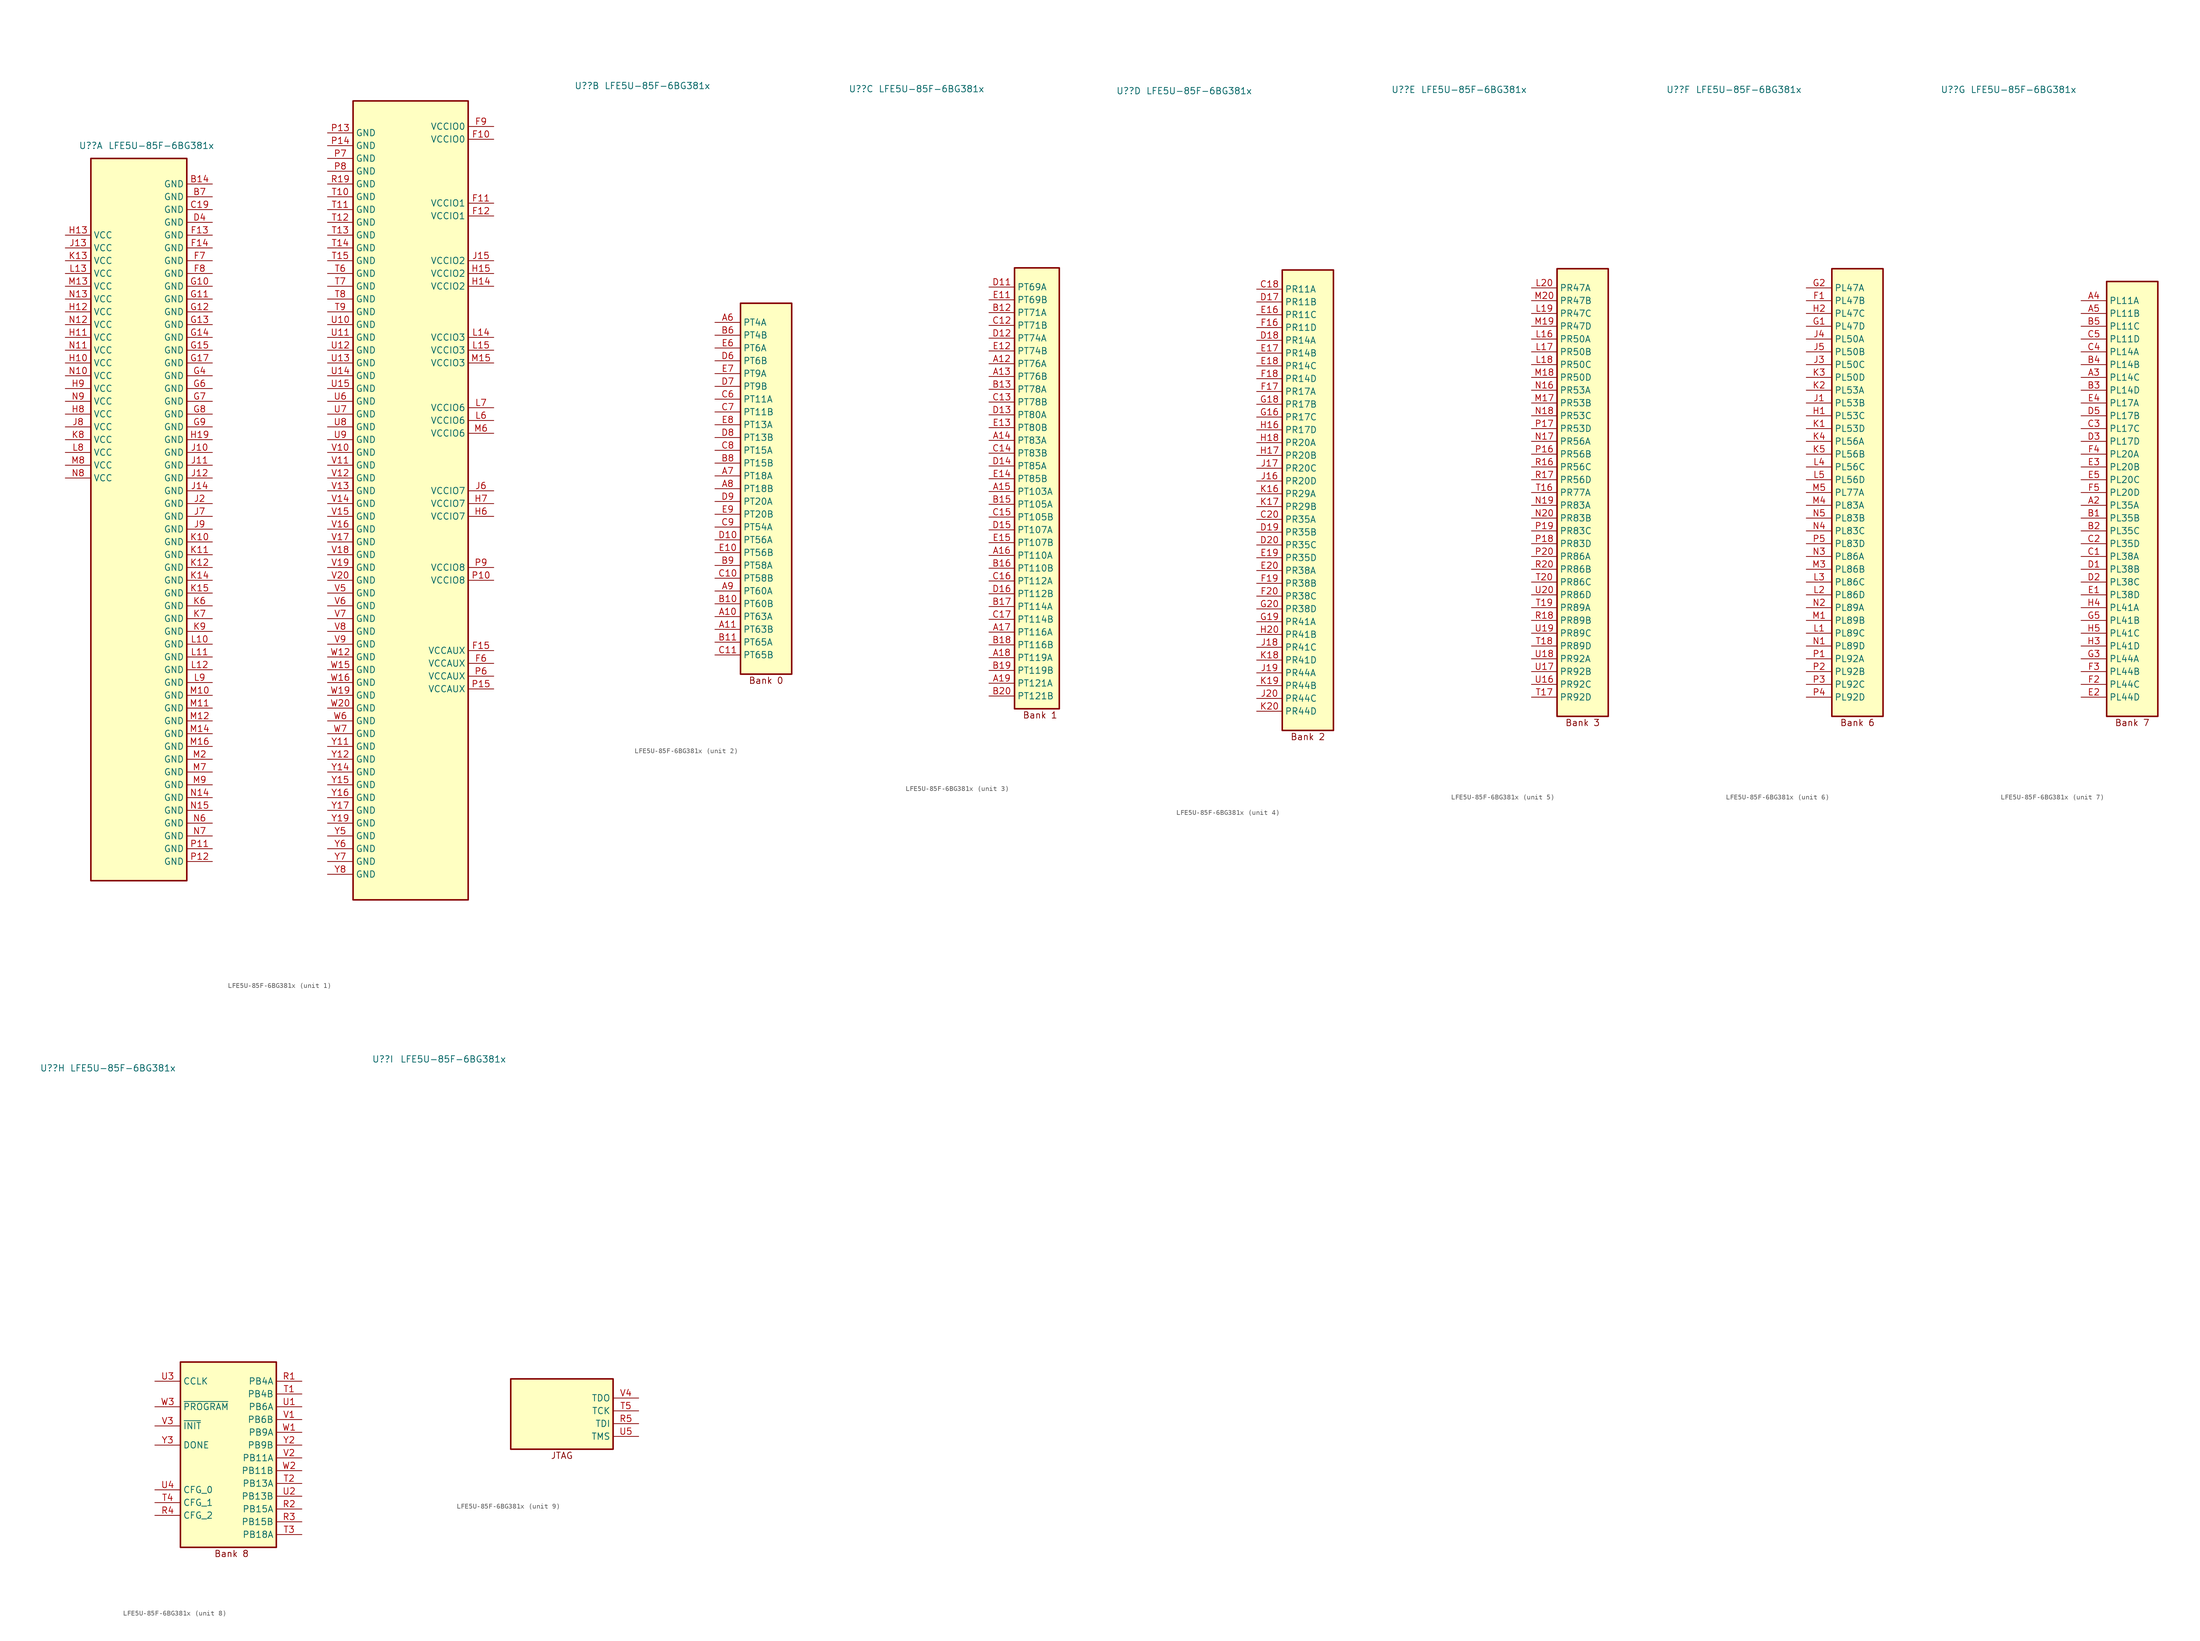
<source format=kicad_sym>
(kicad_symbol_lib
  (version 20220914)
  (generator kicad_symbol_editor)
  (symbol "LFE5U-85F-6BG381x"
    (property "Reference" "U?"
      (at -35.56 77.47 0)
      (effects (font (size 1.27 1.27))))
    (property "Value" "LFE5U-85F-6BG381x"
      (at -21.59 77.47 0)
      (effects (font (size 1.27 1.27))))
    (property "ki_locked" ""
      (at 0 0 0)
      (effects (font (size 1.27 1.27))))
    (symbol "LFE5U-85F-6BG381x_1_1"
      (rectangle (start -35.56 74.93) (end -16.51 -68.58) (stroke (width 0.305) (type default)) (fill (type background)))
      (rectangle (start 16.51 86.36) (end 39.37 -72.39) (stroke (width 0.305) (type default)) (fill (type background)))
      (pin power_in line (at -11.43 69.85 180) (length 5.08) (name "GND" (effects (font (size 1.27 1.27)))) (number "B14" (effects (font (size 1.27 1.27)))))
      (pin power_in line (at -11.43 67.31 180) (length 5.08) (name "GND" (effects (font (size 1.27 1.27)))) (number "B7" (effects (font (size 1.27 1.27)))))
      (pin power_in line (at -11.43 64.77 180) (length 5.08) (name "GND" (effects (font (size 1.27 1.27)))) (number "C19" (effects (font (size 1.27 1.27)))))
      (pin power_in line (at -11.43 62.23 180) (length 5.08) (name "GND" (effects (font (size 1.27 1.27)))) (number "D4" (effects (font (size 1.27 1.27)))))
      (pin power_in line (at 44.45 78.74 180) (length 5.08) (name "VCCIO0" (effects (font (size 1.27 1.27)))) (number "F10" (effects (font (size 1.27 1.27)))))
      (pin power_in line (at 44.45 66.04 180) (length 5.08) (name "VCCIO1" (effects (font (size 1.27 1.27)))) (number "F11" (effects (font (size 1.27 1.27)))))
      (pin power_in line (at 44.45 63.5 180) (length 5.08) (name "VCCIO1" (effects (font (size 1.27 1.27)))) (number "F12" (effects (font (size 1.27 1.27)))))
      (pin power_in line (at -11.43 59.69 180) (length 5.08) (name "GND" (effects (font (size 1.27 1.27)))) (number "F13" (effects (font (size 1.27 1.27)))))
      (pin power_in line (at -11.43 57.15 180) (length 5.08) (name "GND" (effects (font (size 1.27 1.27)))) (number "F14" (effects (font (size 1.27 1.27)))))
      (pin power_in line (at 44.45 -22.86 180) (length 5.08) (name "VCCAUX" (effects (font (size 1.27 1.27)))) (number "F15" (effects (font (size 1.27 1.27)))))
      (pin power_in line (at 44.45 -25.4 180) (length 5.08) (name "VCCAUX" (effects (font (size 1.27 1.27)))) (number "F6" (effects (font (size 1.27 1.27)))))
      (pin power_in line (at -11.43 54.61 180) (length 5.08) (name "GND" (effects (font (size 1.27 1.27)))) (number "F7" (effects (font (size 1.27 1.27)))))
      (pin power_in line (at -11.43 52.07 180) (length 5.08) (name "GND" (effects (font (size 1.27 1.27)))) (number "F8" (effects (font (size 1.27 1.27)))))
      (pin power_in line (at 44.45 81.28 180) (length 5.08) (name "VCCIO0" (effects (font (size 1.27 1.27)))) (number "F9" (effects (font (size 1.27 1.27)))))
      (pin power_in line (at -11.43 49.53 180) (length 5.08) (name "GND" (effects (font (size 1.27 1.27)))) (number "G10" (effects (font (size 1.27 1.27)))))
      (pin power_in line (at -11.43 46.99 180) (length 5.08) (name "GND" (effects (font (size 1.27 1.27)))) (number "G11" (effects (font (size 1.27 1.27)))))
      (pin power_in line (at -11.43 44.45 180) (length 5.08) (name "GND" (effects (font (size 1.27 1.27)))) (number "G12" (effects (font (size 1.27 1.27)))))
      (pin power_in line (at -11.43 41.91 180) (length 5.08) (name "GND" (effects (font (size 1.27 1.27)))) (number "G13" (effects (font (size 1.27 1.27)))))
      (pin power_in line (at -11.43 39.37 180) (length 5.08) (name "GND" (effects (font (size 1.27 1.27)))) (number "G14" (effects (font (size 1.27 1.27)))))
      (pin power_in line (at -11.43 36.83 180) (length 5.08) (name "GND" (effects (font (size 1.27 1.27)))) (number "G15" (effects (font (size 1.27 1.27)))))
      (pin power_in line (at -11.43 34.29 180) (length 5.08) (name "GND" (effects (font (size 1.27 1.27)))) (number "G17" (effects (font (size 1.27 1.27)))))
      (pin power_in line (at -11.43 31.75 180) (length 5.08) (name "GND" (effects (font (size 1.27 1.27)))) (number "G4" (effects (font (size 1.27 1.27)))))
      (pin power_in line (at -11.43 29.21 180) (length 5.08) (name "GND" (effects (font (size 1.27 1.27)))) (number "G6" (effects (font (size 1.27 1.27)))))
      (pin power_in line (at -11.43 26.67 180) (length 5.08) (name "GND" (effects (font (size 1.27 1.27)))) (number "G7" (effects (font (size 1.27 1.27)))))
      (pin power_in line (at -11.43 24.13 180) (length 5.08) (name "GND" (effects (font (size 1.27 1.27)))) (number "G8" (effects (font (size 1.27 1.27)))))
      (pin power_in line (at -11.43 21.59 180) (length 5.08) (name "GND" (effects (font (size 1.27 1.27)))) (number "G9" (effects (font (size 1.27 1.27)))))
      (pin power_in line (at -40.64 34.29 0) (length 5.08) (name "VCC" (effects (font (size 1.27 1.27)))) (number "H10" (effects (font (size 1.27 1.27)))))
      (pin power_in line (at -40.64 39.37 0) (length 5.08) (name "VCC" (effects (font (size 1.27 1.27)))) (number "H11" (effects (font (size 1.27 1.27)))))
      (pin power_in line (at -40.64 44.45 0) (length 5.08) (name "VCC" (effects (font (size 1.27 1.27)))) (number "H12" (effects (font (size 1.27 1.27)))))
      (pin power_in line (at -40.64 59.69 0) (length 5.08) (name "VCC" (effects (font (size 1.27 1.27)))) (number "H13" (effects (font (size 1.27 1.27)))))
      (pin power_in line (at 44.45 49.53 180) (length 5.08) (name "VCCIO2" (effects (font (size 1.27 1.27)))) (number "H14" (effects (font (size 1.27 1.27)))))
      (pin power_in line (at 44.45 52.07 180) (length 5.08) (name "VCCIO2" (effects (font (size 1.27 1.27)))) (number "H15" (effects (font (size 1.27 1.27)))))
      (pin power_in line (at -11.43 19.05 180) (length 5.08) (name "GND" (effects (font (size 1.27 1.27)))) (number "H19" (effects (font (size 1.27 1.27)))))
      (pin power_in line (at 44.45 3.81 180) (length 5.08) (name "VCCIO7" (effects (font (size 1.27 1.27)))) (number "H6" (effects (font (size 1.27 1.27)))))
      (pin power_in line (at 44.45 6.35 180) (length 5.08) (name "VCCIO7" (effects (font (size 1.27 1.27)))) (number "H7" (effects (font (size 1.27 1.27)))))
      (pin power_in line (at -40.64 24.13 0) (length 5.08) (name "VCC" (effects (font (size 1.27 1.27)))) (number "H8" (effects (font (size 1.27 1.27)))))
      (pin power_in line (at -40.64 29.21 0) (length 5.08) (name "VCC" (effects (font (size 1.27 1.27)))) (number "H9" (effects (font (size 1.27 1.27)))))
      (pin power_in line (at -11.43 16.51 180) (length 5.08) (name "GND" (effects (font (size 1.27 1.27)))) (number "J10" (effects (font (size 1.27 1.27)))))
      (pin power_in line (at -11.43 13.97 180) (length 5.08) (name "GND" (effects (font (size 1.27 1.27)))) (number "J11" (effects (font (size 1.27 1.27)))))
      (pin power_in line (at -11.43 11.43 180) (length 5.08) (name "GND" (effects (font (size 1.27 1.27)))) (number "J12" (effects (font (size 1.27 1.27)))))
      (pin power_in line (at -40.64 57.15 0) (length 5.08) (name "VCC" (effects (font (size 1.27 1.27)))) (number "J13" (effects (font (size 1.27 1.27)))))
      (pin power_in line (at -11.43 8.89 180) (length 5.08) (name "GND" (effects (font (size 1.27 1.27)))) (number "J14" (effects (font (size 1.27 1.27)))))
      (pin power_in line (at 44.45 54.61 180) (length 5.08) (name "VCCIO2" (effects (font (size 1.27 1.27)))) (number "J15" (effects (font (size 1.27 1.27)))))
      (pin power_in line (at -11.43 6.35 180) (length 5.08) (name "GND" (effects (font (size 1.27 1.27)))) (number "J2" (effects (font (size 1.27 1.27)))))
      (pin power_in line (at 44.45 8.89 180) (length 5.08) (name "VCCIO7" (effects (font (size 1.27 1.27)))) (number "J6" (effects (font (size 1.27 1.27)))))
      (pin power_in line (at -11.43 3.81 180) (length 5.08) (name "GND" (effects (font (size 1.27 1.27)))) (number "J7" (effects (font (size 1.27 1.27)))))
      (pin power_in line (at -40.64 21.59 0) (length 5.08) (name "VCC" (effects (font (size 1.27 1.27)))) (number "J8" (effects (font (size 1.27 1.27)))))
      (pin power_in line (at -11.43 1.27 180) (length 5.08) (name "GND" (effects (font (size 1.27 1.27)))) (number "J9" (effects (font (size 1.27 1.27)))))
      (pin power_in line (at -11.43 -1.27 180) (length 5.08) (name "GND" (effects (font (size 1.27 1.27)))) (number "K10" (effects (font (size 1.27 1.27)))))
      (pin power_in line (at -11.43 -3.81 180) (length 5.08) (name "GND" (effects (font (size 1.27 1.27)))) (number "K11" (effects (font (size 1.27 1.27)))))
      (pin power_in line (at -11.43 -6.35 180) (length 5.08) (name "GND" (effects (font (size 1.27 1.27)))) (number "K12" (effects (font (size 1.27 1.27)))))
      (pin power_in line (at -40.64 54.61 0) (length 5.08) (name "VCC" (effects (font (size 1.27 1.27)))) (number "K13" (effects (font (size 1.27 1.27)))))
      (pin power_in line (at -11.43 -8.89 180) (length 5.08) (name "GND" (effects (font (size 1.27 1.27)))) (number "K14" (effects (font (size 1.27 1.27)))))
      (pin power_in line (at -11.43 -11.43 180) (length 5.08) (name "GND" (effects (font (size 1.27 1.27)))) (number "K15" (effects (font (size 1.27 1.27)))))
      (pin power_in line (at -11.43 -13.97 180) (length 5.08) (name "GND" (effects (font (size 1.27 1.27)))) (number "K6" (effects (font (size 1.27 1.27)))))
      (pin power_in line (at -11.43 -16.51 180) (length 5.08) (name "GND" (effects (font (size 1.27 1.27)))) (number "K7" (effects (font (size 1.27 1.27)))))
      (pin power_in line (at -40.64 19.05 0) (length 5.08) (name "VCC" (effects (font (size 1.27 1.27)))) (number "K8" (effects (font (size 1.27 1.27)))))
      (pin power_in line (at -11.43 -19.05 180) (length 5.08) (name "GND" (effects (font (size 1.27 1.27)))) (number "K9" (effects (font (size 1.27 1.27)))))
      (pin power_in line (at -11.43 -21.59 180) (length 5.08) (name "GND" (effects (font (size 1.27 1.27)))) (number "L10" (effects (font (size 1.27 1.27)))))
      (pin power_in line (at -11.43 -24.13 180) (length 5.08) (name "GND" (effects (font (size 1.27 1.27)))) (number "L11" (effects (font (size 1.27 1.27)))))
      (pin power_in line (at -11.43 -26.67 180) (length 5.08) (name "GND" (effects (font (size 1.27 1.27)))) (number "L12" (effects (font (size 1.27 1.27)))))
      (pin power_in line (at -40.64 52.07 0) (length 5.08) (name "VCC" (effects (font (size 1.27 1.27)))) (number "L13" (effects (font (size 1.27 1.27)))))
      (pin power_in line (at 44.45 39.37 180) (length 5.08) (name "VCCIO3" (effects (font (size 1.27 1.27)))) (number "L14" (effects (font (size 1.27 1.27)))))
      (pin power_in line (at 44.45 36.83 180) (length 5.08) (name "VCCIO3" (effects (font (size 1.27 1.27)))) (number "L15" (effects (font (size 1.27 1.27)))))
      (pin power_in line (at 44.45 22.86 180) (length 5.08) (name "VCCIO6" (effects (font (size 1.27 1.27)))) (number "L6" (effects (font (size 1.27 1.27)))))
      (pin power_in line (at 44.45 25.4 180) (length 5.08) (name "VCCIO6" (effects (font (size 1.27 1.27)))) (number "L7" (effects (font (size 1.27 1.27)))))
      (pin power_in line (at -40.64 16.51 0) (length 5.08) (name "VCC" (effects (font (size 1.27 1.27)))) (number "L8" (effects (font (size 1.27 1.27)))))
      (pin power_in line (at -11.43 -29.21 180) (length 5.08) (name "GND" (effects (font (size 1.27 1.27)))) (number "L9" (effects (font (size 1.27 1.27)))))
      (pin power_in line (at -11.43 -31.75 180) (length 5.08) (name "GND" (effects (font (size 1.27 1.27)))) (number "M10" (effects (font (size 1.27 1.27)))))
      (pin power_in line (at -11.43 -34.29 180) (length 5.08) (name "GND" (effects (font (size 1.27 1.27)))) (number "M11" (effects (font (size 1.27 1.27)))))
      (pin power_in line (at -11.43 -36.83 180) (length 5.08) (name "GND" (effects (font (size 1.27 1.27)))) (number "M12" (effects (font (size 1.27 1.27)))))
      (pin power_in line (at -40.64 49.53 0) (length 5.08) (name "VCC" (effects (font (size 1.27 1.27)))) (number "M13" (effects (font (size 1.27 1.27)))))
      (pin power_in line (at -11.43 -39.37 180) (length 5.08) (name "GND" (effects (font (size 1.27 1.27)))) (number "M14" (effects (font (size 1.27 1.27)))))
      (pin power_in line (at 44.45 34.29 180) (length 5.08) (name "VCCIO3" (effects (font (size 1.27 1.27)))) (number "M15" (effects (font (size 1.27 1.27)))))
      (pin power_in line (at -11.43 -41.91 180) (length 5.08) (name "GND" (effects (font (size 1.27 1.27)))) (number "M16" (effects (font (size 1.27 1.27)))))
      (pin power_in line (at -11.43 -44.45 180) (length 5.08) (name "GND" (effects (font (size 1.27 1.27)))) (number "M2" (effects (font (size 1.27 1.27)))))
      (pin power_in line (at 44.45 20.32 180) (length 5.08) (name "VCCIO6" (effects (font (size 1.27 1.27)))) (number "M6" (effects (font (size 1.27 1.27)))))
      (pin power_in line (at -11.43 -46.99 180) (length 5.08) (name "GND" (effects (font (size 1.27 1.27)))) (number "M7" (effects (font (size 1.27 1.27)))))
      (pin power_in line (at -40.64 13.97 0) (length 5.08) (name "VCC" (effects (font (size 1.27 1.27)))) (number "M8" (effects (font (size 1.27 1.27)))))
      (pin power_in line (at -11.43 -49.53 180) (length 5.08) (name "GND" (effects (font (size 1.27 1.27)))) (number "M9" (effects (font (size 1.27 1.27)))))
      (pin power_in line (at -40.64 31.75 0) (length 5.08) (name "VCC" (effects (font (size 1.27 1.27)))) (number "N10" (effects (font (size 1.27 1.27)))))
      (pin power_in line (at -40.64 36.83 0) (length 5.08) (name "VCC" (effects (font (size 1.27 1.27)))) (number "N11" (effects (font (size 1.27 1.27)))))
      (pin power_in line (at -40.64 41.91 0) (length 5.08) (name "VCC" (effects (font (size 1.27 1.27)))) (number "N12" (effects (font (size 1.27 1.27)))))
      (pin power_in line (at -40.64 46.99 0) (length 5.08) (name "VCC" (effects (font (size 1.27 1.27)))) (number "N13" (effects (font (size 1.27 1.27)))))
      (pin power_in line (at -11.43 -52.07 180) (length 5.08) (name "GND" (effects (font (size 1.27 1.27)))) (number "N14" (effects (font (size 1.27 1.27)))))
      (pin power_in line (at -11.43 -54.61 180) (length 5.08) (name "GND" (effects (font (size 1.27 1.27)))) (number "N15" (effects (font (size 1.27 1.27)))))
      (pin power_in line (at -11.43 -57.15 180) (length 5.08) (name "GND" (effects (font (size 1.27 1.27)))) (number "N6" (effects (font (size 1.27 1.27)))))
      (pin power_in line (at -11.43 -59.69 180) (length 5.08) (name "GND" (effects (font (size 1.27 1.27)))) (number "N7" (effects (font (size 1.27 1.27)))))
      (pin power_in line (at -40.64 11.43 0) (length 5.08) (name "VCC" (effects (font (size 1.27 1.27)))) (number "N8" (effects (font (size 1.27 1.27)))))
      (pin power_in line (at -40.64 26.67 0) (length 5.08) (name "VCC" (effects (font (size 1.27 1.27)))) (number "N9" (effects (font (size 1.27 1.27)))))
      (pin power_in line (at 44.45 -8.89 180) (length 5.08) (name "VCCIO8" (effects (font (size 1.27 1.27)))) (number "P10" (effects (font (size 1.27 1.27)))))
      (pin power_in line (at -11.43 -62.23 180) (length 5.08) (name "GND" (effects (font (size 1.27 1.27)))) (number "P11" (effects (font (size 1.27 1.27)))))
      (pin power_in line (at -11.43 -64.77 180) (length 5.08) (name "GND" (effects (font (size 1.27 1.27)))) (number "P12" (effects (font (size 1.27 1.27)))))
      (pin power_in line (at 11.43 80.01 0) (length 5.08) (name "GND" (effects (font (size 1.27 1.27)))) (number "P13" (effects (font (size 1.27 1.27)))))
      (pin power_in line (at 11.43 77.47 0) (length 5.08) (name "GND" (effects (font (size 1.27 1.27)))) (number "P14" (effects (font (size 1.27 1.27)))))
      (pin power_in line (at 44.45 -30.48 180) (length 5.08) (name "VCCAUX" (effects (font (size 1.27 1.27)))) (number "P15" (effects (font (size 1.27 1.27)))))
      (pin power_in line (at 44.45 -27.94 180) (length 5.08) (name "VCCAUX" (effects (font (size 1.27 1.27)))) (number "P6" (effects (font (size 1.27 1.27)))))
      (pin power_in line (at 11.43 74.93 0) (length 5.08) (name "GND" (effects (font (size 1.27 1.27)))) (number "P7" (effects (font (size 1.27 1.27)))))
      (pin power_in line (at 11.43 72.39 0) (length 5.08) (name "GND" (effects (font (size 1.27 1.27)))) (number "P8" (effects (font (size 1.27 1.27)))))
      (pin power_in line (at 44.45 -6.35 180) (length 5.08) (name "VCCIO8" (effects (font (size 1.27 1.27)))) (number "P9" (effects (font (size 1.27 1.27)))))
      (pin power_in line (at 11.43 69.85 0) (length 5.08) (name "GND" (effects (font (size 1.27 1.27)))) (number "R19" (effects (font (size 1.27 1.27)))))
      (pin power_in line (at 11.43 67.31 0) (length 5.08) (name "GND" (effects (font (size 1.27 1.27)))) (number "T10" (effects (font (size 1.27 1.27)))))
      (pin power_in line (at 11.43 64.77 0) (length 5.08) (name "GND" (effects (font (size 1.27 1.27)))) (number "T11" (effects (font (size 1.27 1.27)))))
      (pin power_in line (at 11.43 62.23 0) (length 5.08) (name "GND" (effects (font (size 1.27 1.27)))) (number "T12" (effects (font (size 1.27 1.27)))))
      (pin power_in line (at 11.43 59.69 0) (length 5.08) (name "GND" (effects (font (size 1.27 1.27)))) (number "T13" (effects (font (size 1.27 1.27)))))
      (pin power_in line (at 11.43 57.15 0) (length 5.08) (name "GND" (effects (font (size 1.27 1.27)))) (number "T14" (effects (font (size 1.27 1.27)))))
      (pin power_in line (at 11.43 54.61 0) (length 5.08) (name "GND" (effects (font (size 1.27 1.27)))) (number "T15" (effects (font (size 1.27 1.27)))))
      (pin power_in line (at 11.43 52.07 0) (length 5.08) (name "GND" (effects (font (size 1.27 1.27)))) (number "T6" (effects (font (size 1.27 1.27)))))
      (pin power_in line (at 11.43 49.53 0) (length 5.08) (name "GND" (effects (font (size 1.27 1.27)))) (number "T7" (effects (font (size 1.27 1.27)))))
      (pin power_in line (at 11.43 46.99 0) (length 5.08) (name "GND" (effects (font (size 1.27 1.27)))) (number "T8" (effects (font (size 1.27 1.27)))))
      (pin power_in line (at 11.43 44.45 0) (length 5.08) (name "GND" (effects (font (size 1.27 1.27)))) (number "T9" (effects (font (size 1.27 1.27)))))
      (pin power_in line (at 11.43 41.91 0) (length 5.08) (name "GND" (effects (font (size 1.27 1.27)))) (number "U10" (effects (font (size 1.27 1.27)))))
      (pin power_in line (at 11.43 39.37 0) (length 5.08) (name "GND" (effects (font (size 1.27 1.27)))) (number "U11" (effects (font (size 1.27 1.27)))))
      (pin power_in line (at 11.43 36.83 0) (length 5.08) (name "GND" (effects (font (size 1.27 1.27)))) (number "U12" (effects (font (size 1.27 1.27)))))
      (pin power_in line (at 11.43 34.29 0) (length 5.08) (name "GND" (effects (font (size 1.27 1.27)))) (number "U13" (effects (font (size 1.27 1.27)))))
      (pin power_in line (at 11.43 31.75 0) (length 5.08) (name "GND" (effects (font (size 1.27 1.27)))) (number "U14" (effects (font (size 1.27 1.27)))))
      (pin power_in line (at 11.43 29.21 0) (length 5.08) (name "GND" (effects (font (size 1.27 1.27)))) (number "U15" (effects (font (size 1.27 1.27)))))
      (pin power_in line (at 11.43 26.67 0) (length 5.08) (name "GND" (effects (font (size 1.27 1.27)))) (number "U6" (effects (font (size 1.27 1.27)))))
      (pin power_in line (at 11.43 24.13 0) (length 5.08) (name "GND" (effects (font (size 1.27 1.27)))) (number "U7" (effects (font (size 1.27 1.27)))))
      (pin power_in line (at 11.43 21.59 0) (length 5.08) (name "GND" (effects (font (size 1.27 1.27)))) (number "U8" (effects (font (size 1.27 1.27)))))
      (pin power_in line (at 11.43 19.05 0) (length 5.08) (name "GND" (effects (font (size 1.27 1.27)))) (number "U9" (effects (font (size 1.27 1.27)))))
      (pin power_in line (at 11.43 16.51 0) (length 5.08) (name "GND" (effects (font (size 1.27 1.27)))) (number "V10" (effects (font (size 1.27 1.27)))))
      (pin power_in line (at 11.43 13.97 0) (length 5.08) (name "GND" (effects (font (size 1.27 1.27)))) (number "V11" (effects (font (size 1.27 1.27)))))
      (pin power_in line (at 11.43 11.43 0) (length 5.08) (name "GND" (effects (font (size 1.27 1.27)))) (number "V12" (effects (font (size 1.27 1.27)))))
      (pin power_in line (at 11.43 8.89 0) (length 5.08) (name "GND" (effects (font (size 1.27 1.27)))) (number "V13" (effects (font (size 1.27 1.27)))))
      (pin power_in line (at 11.43 6.35 0) (length 5.08) (name "GND" (effects (font (size 1.27 1.27)))) (number "V14" (effects (font (size 1.27 1.27)))))
      (pin power_in line (at 11.43 3.81 0) (length 5.08) (name "GND" (effects (font (size 1.27 1.27)))) (number "V15" (effects (font (size 1.27 1.27)))))
      (pin power_in line (at 11.43 1.27 0) (length 5.08) (name "GND" (effects (font (size 1.27 1.27)))) (number "V16" (effects (font (size 1.27 1.27)))))
      (pin power_in line (at 11.43 -1.27 0) (length 5.08) (name "GND" (effects (font (size 1.27 1.27)))) (number "V17" (effects (font (size 1.27 1.27)))))
      (pin power_in line (at 11.43 -3.81 0) (length 5.08) (name "GND" (effects (font (size 1.27 1.27)))) (number "V18" (effects (font (size 1.27 1.27)))))
      (pin power_in line (at 11.43 -6.35 0) (length 5.08) (name "GND" (effects (font (size 1.27 1.27)))) (number "V19" (effects (font (size 1.27 1.27)))))
      (pin power_in line (at 11.43 -8.89 0) (length 5.08) (name "GND" (effects (font (size 1.27 1.27)))) (number "V20" (effects (font (size 1.27 1.27)))))
      (pin power_in line (at 11.43 -11.43 0) (length 5.08) (name "GND" (effects (font (size 1.27 1.27)))) (number "V5" (effects (font (size 1.27 1.27)))))
      (pin power_in line (at 11.43 -13.97 0) (length 5.08) (name "GND" (effects (font (size 1.27 1.27)))) (number "V6" (effects (font (size 1.27 1.27)))))
      (pin power_in line (at 11.43 -16.51 0) (length 5.08) (name "GND" (effects (font (size 1.27 1.27)))) (number "V7" (effects (font (size 1.27 1.27)))))
      (pin power_in line (at 11.43 -19.05 0) (length 5.08) (name "GND" (effects (font (size 1.27 1.27)))) (number "V8" (effects (font (size 1.27 1.27)))))
      (pin power_in line (at 11.43 -21.59 0) (length 5.08) (name "GND" (effects (font (size 1.27 1.27)))) (number "V9" (effects (font (size 1.27 1.27)))))
      (pin power_in line (at 11.43 -24.13 0) (length 5.08) (name "GND" (effects (font (size 1.27 1.27)))) (number "W12" (effects (font (size 1.27 1.27)))))
      (pin power_in line (at 11.43 -26.67 0) (length 5.08) (name "GND" (effects (font (size 1.27 1.27)))) (number "W15" (effects (font (size 1.27 1.27)))))
      (pin power_in line (at 11.43 -29.21 0) (length 5.08) (name "GND" (effects (font (size 1.27 1.27)))) (number "W16" (effects (font (size 1.27 1.27)))))
      (pin power_in line (at 11.43 -31.75 0) (length 5.08) (name "GND" (effects (font (size 1.27 1.27)))) (number "W19" (effects (font (size 1.27 1.27)))))
      (pin power_in line (at 11.43 -34.29 0) (length 5.08) (name "GND" (effects (font (size 1.27 1.27)))) (number "W20" (effects (font (size 1.27 1.27)))))
      (pin power_in line (at 11.43 -36.83 0) (length 5.08) (name "GND" (effects (font (size 1.27 1.27)))) (number "W6" (effects (font (size 1.27 1.27)))))
      (pin power_in line (at 11.43 -39.37 0) (length 5.08) (name "GND" (effects (font (size 1.27 1.27)))) (number "W7" (effects (font (size 1.27 1.27)))))
      (pin power_in line (at 11.43 -41.91 0) (length 5.08) (name "GND" (effects (font (size 1.27 1.27)))) (number "Y11" (effects (font (size 1.27 1.27)))))
      (pin power_in line (at 11.43 -44.45 0) (length 5.08) (name "GND" (effects (font (size 1.27 1.27)))) (number "Y12" (effects (font (size 1.27 1.27)))))
      (pin power_in line (at 11.43 -46.99 0) (length 5.08) (name "GND" (effects (font (size 1.27 1.27)))) (number "Y14" (effects (font (size 1.27 1.27)))))
      (pin power_in line (at 11.43 -49.53 0) (length 5.08) (name "GND" (effects (font (size 1.27 1.27)))) (number "Y15" (effects (font (size 1.27 1.27)))))
      (pin power_in line (at 11.43 -52.07 0) (length 5.08) (name "GND" (effects (font (size 1.27 1.27)))) (number "Y16" (effects (font (size 1.27 1.27)))))
      (pin power_in line (at 11.43 -54.61 0) (length 5.08) (name "GND" (effects (font (size 1.27 1.27)))) (number "Y17" (effects (font (size 1.27 1.27)))))
      (pin power_in line (at 11.43 -57.15 0) (length 5.08) (name "GND" (effects (font (size 1.27 1.27)))) (number "Y19" (effects (font (size 1.27 1.27)))))
      (pin power_in line (at 11.43 -59.69 0) (length 5.08) (name "GND" (effects (font (size 1.27 1.27)))) (number "Y5" (effects (font (size 1.27 1.27)))))
      (pin power_in line (at 11.43 -62.23 0) (length 5.08) (name "GND" (effects (font (size 1.27 1.27)))) (number "Y6" (effects (font (size 1.27 1.27)))))
      (pin power_in line (at 11.43 -64.77 0) (length 5.08) (name "GND" (effects (font (size 1.27 1.27)))) (number "Y7" (effects (font (size 1.27 1.27)))))
      (pin power_in line (at 11.43 -67.31 0) (length 5.08) (name "GND" (effects (font (size 1.27 1.27)))) (number "Y8" (effects (font (size 1.27 1.27))))))
    (symbol "LFE5U-85F-6BG381x_2_1"
      (rectangle (start -5.08 34.29) (end 5.08 -39.37) (stroke (width 0.305) (type default)) (fill (type background)))
      (text "Bank 0" (at 0 -40.64 0) (effects (font (size 1.27 1.27))))
      (pin bidirectional line (at -10.16 -27.94 0) (length 5.08) (name "PT63A" (effects (font (size 1.27 1.27)))) (number "A10" (effects (font (size 1.27 1.27)))))
      (pin bidirectional line (at -10.16 -30.48 0) (length 5.08) (name "PT63B" (effects (font (size 1.27 1.27)))) (number "A11" (effects (font (size 1.27 1.27)))))
      (pin bidirectional line (at -10.16 30.48 0) (length 5.08) (name "PT4A" (effects (font (size 1.27 1.27)))) (number "A6" (effects (font (size 1.27 1.27)))))
      (pin bidirectional line (at -10.16 0 0) (length 5.08) (name "PT18A" (effects (font (size 1.27 1.27)))) (number "A7" (effects (font (size 1.27 1.27)))))
      (pin bidirectional line (at -10.16 -2.54 0) (length 5.08) (name "PT18B" (effects (font (size 1.27 1.27)))) (number "A8" (effects (font (size 1.27 1.27)))))
      (pin bidirectional line (at -10.16 -22.86 0) (length 5.08) (name "PT60A" (effects (font (size 1.27 1.27)))) (number "A9" (effects (font (size 1.27 1.27)))))
      (pin bidirectional line (at -10.16 -25.4 0) (length 5.08) (name "PT60B" (effects (font (size 1.27 1.27)))) (number "B10" (effects (font (size 1.27 1.27)))))
      (pin bidirectional line (at -10.16 -33.02 0) (length 5.08) (name "PT65A" (effects (font (size 1.27 1.27)))) (number "B11" (effects (font (size 1.27 1.27)))))
      (pin bidirectional line (at -10.16 27.94 0) (length 5.08) (name "PT4B" (effects (font (size 1.27 1.27)))) (number "B6" (effects (font (size 1.27 1.27)))))
      (pin bidirectional line (at -10.16 2.54 0) (length 5.08) (name "PT15B" (effects (font (size 1.27 1.27)))) (number "B8" (effects (font (size 1.27 1.27)))))
      (pin bidirectional line (at -10.16 -17.78 0) (length 5.08) (name "PT58A" (effects (font (size 1.27 1.27)))) (number "B9" (effects (font (size 1.27 1.27)))))
      (pin bidirectional line (at -10.16 -20.32 0) (length 5.08) (name "PT58B" (effects (font (size 1.27 1.27)))) (number "C10" (effects (font (size 1.27 1.27)))))
      (pin bidirectional line (at -10.16 -35.56 0) (length 5.08) (name "PT65B" (effects (font (size 1.27 1.27)))) (number "C11" (effects (font (size 1.27 1.27)))))
      (pin bidirectional line (at -10.16 15.24 0) (length 5.08) (name "PT11A" (effects (font (size 1.27 1.27)))) (number "C6" (effects (font (size 1.27 1.27)))))
      (pin bidirectional line (at -10.16 12.7 0) (length 5.08) (name "PT11B" (effects (font (size 1.27 1.27)))) (number "C7" (effects (font (size 1.27 1.27)))))
      (pin bidirectional line (at -10.16 5.08 0) (length 5.08) (name "PT15A" (effects (font (size 1.27 1.27)))) (number "C8" (effects (font (size 1.27 1.27)))))
      (pin bidirectional line (at -10.16 -10.16 0) (length 5.08) (name "PT54A" (effects (font (size 1.27 1.27)))) (number "C9" (effects (font (size 1.27 1.27)))))
      (pin bidirectional line (at -10.16 -12.7 0) (length 5.08) (name "PT56A" (effects (font (size 1.27 1.27)))) (number "D10" (effects (font (size 1.27 1.27)))))
      (pin bidirectional line (at -10.16 22.86 0) (length 5.08) (name "PT6B" (effects (font (size 1.27 1.27)))) (number "D6" (effects (font (size 1.27 1.27)))))
      (pin bidirectional line (at -10.16 17.78 0) (length 5.08) (name "PT9B" (effects (font (size 1.27 1.27)))) (number "D7" (effects (font (size 1.27 1.27)))))
      (pin bidirectional line (at -10.16 7.62 0) (length 5.08) (name "PT13B" (effects (font (size 1.27 1.27)))) (number "D8" (effects (font (size 1.27 1.27)))))
      (pin bidirectional line (at -10.16 -5.08 0) (length 5.08) (name "PT20A" (effects (font (size 1.27 1.27)))) (number "D9" (effects (font (size 1.27 1.27)))))
      (pin bidirectional line (at -10.16 -15.24 0) (length 5.08) (name "PT56B" (effects (font (size 1.27 1.27)))) (number "E10" (effects (font (size 1.27 1.27)))))
      (pin bidirectional line (at -10.16 25.4 0) (length 5.08) (name "PT6A" (effects (font (size 1.27 1.27)))) (number "E6" (effects (font (size 1.27 1.27)))))
      (pin bidirectional line (at -10.16 20.32 0) (length 5.08) (name "PT9A" (effects (font (size 1.27 1.27)))) (number "E7" (effects (font (size 1.27 1.27)))))
      (pin bidirectional line (at -10.16 10.16 0) (length 5.08) (name "PT13A" (effects (font (size 1.27 1.27)))) (number "E8" (effects (font (size 1.27 1.27)))))
      (pin bidirectional line (at -10.16 -7.62 0) (length 5.08) (name "PT20B" (effects (font (size 1.27 1.27)))) (number "E9" (effects (font (size 1.27 1.27))))))
    (symbol "LFE5U-85F-6BG381x_3_1"
      (rectangle (start -5.08 41.91) (end 3.81 -45.72) (stroke (width 0.305) (type default)) (fill (type background)))
      (text "Bank 1" (at 0 -46.99 0) (effects (font (size 1.27 1.27))))
      (pin bidirectional line (at -10.16 22.86 0) (length 5.08) (name "PT76A" (effects (font (size 1.27 1.27)))) (number "A12" (effects (font (size 1.27 1.27)))))
      (pin bidirectional line (at -10.16 20.32 0) (length 5.08) (name "PT76B" (effects (font (size 1.27 1.27)))) (number "A13" (effects (font (size 1.27 1.27)))))
      (pin bidirectional line (at -10.16 7.62 0) (length 5.08) (name "PT83A" (effects (font (size 1.27 1.27)))) (number "A14" (effects (font (size 1.27 1.27)))))
      (pin bidirectional line (at -10.16 -2.54 0) (length 5.08) (name "PT103A" (effects (font (size 1.27 1.27)))) (number "A15" (effects (font (size 1.27 1.27)))))
      (pin bidirectional line (at -10.16 -15.24 0) (length 5.08) (name "PT110A" (effects (font (size 1.27 1.27)))) (number "A16" (effects (font (size 1.27 1.27)))))
      (pin bidirectional line (at -10.16 -30.48 0) (length 5.08) (name "PT116A" (effects (font (size 1.27 1.27)))) (number "A17" (effects (font (size 1.27 1.27)))))
      (pin bidirectional line (at -10.16 -35.56 0) (length 5.08) (name "PT119A" (effects (font (size 1.27 1.27)))) (number "A18" (effects (font (size 1.27 1.27)))))
      (pin bidirectional line (at -10.16 -40.64 0) (length 5.08) (name "PT121A" (effects (font (size 1.27 1.27)))) (number "A19" (effects (font (size 1.27 1.27)))))
      (pin bidirectional line (at -10.16 33.02 0) (length 5.08) (name "PT71A" (effects (font (size 1.27 1.27)))) (number "B12" (effects (font (size 1.27 1.27)))))
      (pin bidirectional line (at -10.16 17.78 0) (length 5.08) (name "PT78A" (effects (font (size 1.27 1.27)))) (number "B13" (effects (font (size 1.27 1.27)))))
      (pin bidirectional line (at -10.16 -5.08 0) (length 5.08) (name "PT105A" (effects (font (size 1.27 1.27)))) (number "B15" (effects (font (size 1.27 1.27)))))
      (pin bidirectional line (at -10.16 -17.78 0) (length 5.08) (name "PT110B" (effects (font (size 1.27 1.27)))) (number "B16" (effects (font (size 1.27 1.27)))))
      (pin bidirectional line (at -10.16 -25.4 0) (length 5.08) (name "PT114A" (effects (font (size 1.27 1.27)))) (number "B17" (effects (font (size 1.27 1.27)))))
      (pin bidirectional line (at -10.16 -33.02 0) (length 5.08) (name "PT116B" (effects (font (size 1.27 1.27)))) (number "B18" (effects (font (size 1.27 1.27)))))
      (pin bidirectional line (at -10.16 -38.1 0) (length 5.08) (name "PT119B" (effects (font (size 1.27 1.27)))) (number "B19" (effects (font (size 1.27 1.27)))))
      (pin bidirectional line (at -10.16 -43.18 0) (length 5.08) (name "PT121B" (effects (font (size 1.27 1.27)))) (number "B20" (effects (font (size 1.27 1.27)))))
      (pin bidirectional line (at -10.16 30.48 0) (length 5.08) (name "PT71B" (effects (font (size 1.27 1.27)))) (number "C12" (effects (font (size 1.27 1.27)))))
      (pin bidirectional line (at -10.16 15.24 0) (length 5.08) (name "PT78B" (effects (font (size 1.27 1.27)))) (number "C13" (effects (font (size 1.27 1.27)))))
      (pin bidirectional line (at -10.16 5.08 0) (length 5.08) (name "PT83B" (effects (font (size 1.27 1.27)))) (number "C14" (effects (font (size 1.27 1.27)))))
      (pin bidirectional line (at -10.16 -7.62 0) (length 5.08) (name "PT105B" (effects (font (size 1.27 1.27)))) (number "C15" (effects (font (size 1.27 1.27)))))
      (pin bidirectional line (at -10.16 -20.32 0) (length 5.08) (name "PT112A" (effects (font (size 1.27 1.27)))) (number "C16" (effects (font (size 1.27 1.27)))))
      (pin bidirectional line (at -10.16 -27.94 0) (length 5.08) (name "PT114B" (effects (font (size 1.27 1.27)))) (number "C17" (effects (font (size 1.27 1.27)))))
      (pin bidirectional line (at -10.16 38.1 0) (length 5.08) (name "PT69A" (effects (font (size 1.27 1.27)))) (number "D11" (effects (font (size 1.27 1.27)))))
      (pin bidirectional line (at -10.16 27.94 0) (length 5.08) (name "PT74A" (effects (font (size 1.27 1.27)))) (number "D12" (effects (font (size 1.27 1.27)))))
      (pin bidirectional line (at -10.16 12.7 0) (length 5.08) (name "PT80A" (effects (font (size 1.27 1.27)))) (number "D13" (effects (font (size 1.27 1.27)))))
      (pin bidirectional line (at -10.16 2.54 0) (length 5.08) (name "PT85A" (effects (font (size 1.27 1.27)))) (number "D14" (effects (font (size 1.27 1.27)))))
      (pin bidirectional line (at -10.16 -10.16 0) (length 5.08) (name "PT107A" (effects (font (size 1.27 1.27)))) (number "D15" (effects (font (size 1.27 1.27)))))
      (pin bidirectional line (at -10.16 -22.86 0) (length 5.08) (name "PT112B" (effects (font (size 1.27 1.27)))) (number "D16" (effects (font (size 1.27 1.27)))))
      (pin bidirectional line (at -10.16 35.56 0) (length 5.08) (name "PT69B" (effects (font (size 1.27 1.27)))) (number "E11" (effects (font (size 1.27 1.27)))))
      (pin bidirectional line (at -10.16 25.4 0) (length 5.08) (name "PT74B" (effects (font (size 1.27 1.27)))) (number "E12" (effects (font (size 1.27 1.27)))))
      (pin bidirectional line (at -10.16 10.16 0) (length 5.08) (name "PT80B" (effects (font (size 1.27 1.27)))) (number "E13" (effects (font (size 1.27 1.27)))))
      (pin bidirectional line (at -10.16 0 0) (length 5.08) (name "PT85B" (effects (font (size 1.27 1.27)))) (number "E14" (effects (font (size 1.27 1.27)))))
      (pin bidirectional line (at -10.16 -12.7 0) (length 5.08) (name "PT107B" (effects (font (size 1.27 1.27)))) (number "E15" (effects (font (size 1.27 1.27))))))
    (symbol "LFE5U-85F-6BG381x_4_1"
      (rectangle (start -5.08 41.91) (end 5.08 -49.53) (stroke (width 0.305) (type default)) (fill (type background)))
      (text "Bank 2" (at 0 -50.8 0) (effects (font (size 1.27 1.27))))
      (pin bidirectional line (at -10.16 38.1 0) (length 5.08) (name "PR11A" (effects (font (size 1.27 1.27)))) (number "C18" (effects (font (size 1.27 1.27)))))
      (pin bidirectional line (at -10.16 -7.62 0) (length 5.08) (name "PR35A" (effects (font (size 1.27 1.27)))) (number "C20" (effects (font (size 1.27 1.27)))))
      (pin bidirectional line (at -10.16 35.56 0) (length 5.08) (name "PR11B" (effects (font (size 1.27 1.27)))) (number "D17" (effects (font (size 1.27 1.27)))))
      (pin bidirectional line (at -10.16 27.94 0) (length 5.08) (name "PR14A" (effects (font (size 1.27 1.27)))) (number "D18" (effects (font (size 1.27 1.27)))))
      (pin bidirectional line (at -10.16 -10.16 0) (length 5.08) (name "PR35B" (effects (font (size 1.27 1.27)))) (number "D19" (effects (font (size 1.27 1.27)))))
      (pin bidirectional line (at -10.16 -12.7 0) (length 5.08) (name "PR35C" (effects (font (size 1.27 1.27)))) (number "D20" (effects (font (size 1.27 1.27)))))
      (pin bidirectional line (at -10.16 33.02 0) (length 5.08) (name "PR11C" (effects (font (size 1.27 1.27)))) (number "E16" (effects (font (size 1.27 1.27)))))
      (pin bidirectional line (at -10.16 25.4 0) (length 5.08) (name "PR14B" (effects (font (size 1.27 1.27)))) (number "E17" (effects (font (size 1.27 1.27)))))
      (pin bidirectional line (at -10.16 22.86 0) (length 5.08) (name "PR14C" (effects (font (size 1.27 1.27)))) (number "E18" (effects (font (size 1.27 1.27)))))
      (pin bidirectional line (at -10.16 -15.24 0) (length 5.08) (name "PR35D" (effects (font (size 1.27 1.27)))) (number "E19" (effects (font (size 1.27 1.27)))))
      (pin bidirectional line (at -10.16 -17.78 0) (length 5.08) (name "PR38A" (effects (font (size 1.27 1.27)))) (number "E20" (effects (font (size 1.27 1.27)))))
      (pin bidirectional line (at -10.16 30.48 0) (length 5.08) (name "PR11D" (effects (font (size 1.27 1.27)))) (number "F16" (effects (font (size 1.27 1.27)))))
      (pin bidirectional line (at -10.16 17.78 0) (length 5.08) (name "PR17A" (effects (font (size 1.27 1.27)))) (number "F17" (effects (font (size 1.27 1.27)))))
      (pin bidirectional line (at -10.16 20.32 0) (length 5.08) (name "PR14D" (effects (font (size 1.27 1.27)))) (number "F18" (effects (font (size 1.27 1.27)))))
      (pin bidirectional line (at -10.16 -20.32 0) (length 5.08) (name "PR38B" (effects (font (size 1.27 1.27)))) (number "F19" (effects (font (size 1.27 1.27)))))
      (pin bidirectional line (at -10.16 -22.86 0) (length 5.08) (name "PR38C" (effects (font (size 1.27 1.27)))) (number "F20" (effects (font (size 1.27 1.27)))))
      (pin bidirectional line (at -10.16 12.7 0) (length 5.08) (name "PR17C" (effects (font (size 1.27 1.27)))) (number "G16" (effects (font (size 1.27 1.27)))))
      (pin bidirectional line (at -10.16 15.24 0) (length 5.08) (name "PR17B" (effects (font (size 1.27 1.27)))) (number "G18" (effects (font (size 1.27 1.27)))))
      (pin bidirectional line (at -10.16 -27.94 0) (length 5.08) (name "PR41A" (effects (font (size 1.27 1.27)))) (number "G19" (effects (font (size 1.27 1.27)))))
      (pin bidirectional line (at -10.16 -25.4 0) (length 5.08) (name "PR38D" (effects (font (size 1.27 1.27)))) (number "G20" (effects (font (size 1.27 1.27)))))
      (pin bidirectional line (at -10.16 10.16 0) (length 5.08) (name "PR17D" (effects (font (size 1.27 1.27)))) (number "H16" (effects (font (size 1.27 1.27)))))
      (pin bidirectional line (at -10.16 5.08 0) (length 5.08) (name "PR20B" (effects (font (size 1.27 1.27)))) (number "H17" (effects (font (size 1.27 1.27)))))
      (pin bidirectional line (at -10.16 7.62 0) (length 5.08) (name "PR20A" (effects (font (size 1.27 1.27)))) (number "H18" (effects (font (size 1.27 1.27)))))
      (pin bidirectional line (at -10.16 -30.48 0) (length 5.08) (name "PR41B" (effects (font (size 1.27 1.27)))) (number "H20" (effects (font (size 1.27 1.27)))))
      (pin bidirectional line (at -10.16 0 0) (length 5.08) (name "PR20D" (effects (font (size 1.27 1.27)))) (number "J16" (effects (font (size 1.27 1.27)))))
      (pin bidirectional line (at -10.16 2.54 0) (length 5.08) (name "PR20C" (effects (font (size 1.27 1.27)))) (number "J17" (effects (font (size 1.27 1.27)))))
      (pin bidirectional line (at -10.16 -33.02 0) (length 5.08) (name "PR41C" (effects (font (size 1.27 1.27)))) (number "J18" (effects (font (size 1.27 1.27)))))
      (pin bidirectional line (at -10.16 -38.1 0) (length 5.08) (name "PR44A" (effects (font (size 1.27 1.27)))) (number "J19" (effects (font (size 1.27 1.27)))))
      (pin bidirectional line (at -10.16 -43.18 0) (length 5.08) (name "PR44C" (effects (font (size 1.27 1.27)))) (number "J20" (effects (font (size 1.27 1.27)))))
      (pin bidirectional line (at -10.16 -2.54 0) (length 5.08) (name "PR29A" (effects (font (size 1.27 1.27)))) (number "K16" (effects (font (size 1.27 1.27)))))
      (pin bidirectional line (at -10.16 -5.08 0) (length 5.08) (name "PR29B" (effects (font (size 1.27 1.27)))) (number "K17" (effects (font (size 1.27 1.27)))))
      (pin bidirectional line (at -10.16 -35.56 0) (length 5.08) (name "PR41D" (effects (font (size 1.27 1.27)))) (number "K18" (effects (font (size 1.27 1.27)))))
      (pin bidirectional line (at -10.16 -40.64 0) (length 5.08) (name "PR44B" (effects (font (size 1.27 1.27)))) (number "K19" (effects (font (size 1.27 1.27)))))
      (pin bidirectional line (at -10.16 -45.72 0) (length 5.08) (name "PR44D" (effects (font (size 1.27 1.27)))) (number "K20" (effects (font (size 1.27 1.27))))))
    (symbol "LFE5U-85F-6BG381x_5_1"
      (rectangle (start -5.08 41.91) (end 5.08 -46.99) (stroke (width 0.305) (type default)) (fill (type background)))
      (text "Bank 3" (at 0 -48.26 0) (effects (font (size 1.27 1.27))))
      (pin bidirectional line (at -10.16 27.94 0) (length 5.08) (name "PR50A" (effects (font (size 1.27 1.27)))) (number "L16" (effects (font (size 1.27 1.27)))))
      (pin bidirectional line (at -10.16 25.4 0) (length 5.08) (name "PR50B" (effects (font (size 1.27 1.27)))) (number "L17" (effects (font (size 1.27 1.27)))))
      (pin bidirectional line (at -10.16 22.86 0) (length 5.08) (name "PR50C" (effects (font (size 1.27 1.27)))) (number "L18" (effects (font (size 1.27 1.27)))))
      (pin bidirectional line (at -10.16 33.02 0) (length 5.08) (name "PR47C" (effects (font (size 1.27 1.27)))) (number "L19" (effects (font (size 1.27 1.27)))))
      (pin bidirectional line (at -10.16 38.1 0) (length 5.08) (name "PR47A" (effects (font (size 1.27 1.27)))) (number "L20" (effects (font (size 1.27 1.27)))))
      (pin bidirectional line (at -10.16 15.24 0) (length 5.08) (name "PR53B" (effects (font (size 1.27 1.27)))) (number "M17" (effects (font (size 1.27 1.27)))))
      (pin bidirectional line (at -10.16 20.32 0) (length 5.08) (name "PR50D" (effects (font (size 1.27 1.27)))) (number "M18" (effects (font (size 1.27 1.27)))))
      (pin bidirectional line (at -10.16 30.48 0) (length 5.08) (name "PR47D" (effects (font (size 1.27 1.27)))) (number "M19" (effects (font (size 1.27 1.27)))))
      (pin bidirectional line (at -10.16 35.56 0) (length 5.08) (name "PR47B" (effects (font (size 1.27 1.27)))) (number "M20" (effects (font (size 1.27 1.27)))))
      (pin bidirectional line (at -10.16 17.78 0) (length 5.08) (name "PR53A" (effects (font (size 1.27 1.27)))) (number "N16" (effects (font (size 1.27 1.27)))))
      (pin bidirectional line (at -10.16 7.62 0) (length 5.08) (name "PR56A" (effects (font (size 1.27 1.27)))) (number "N17" (effects (font (size 1.27 1.27)))))
      (pin bidirectional line (at -10.16 12.7 0) (length 5.08) (name "PR53C" (effects (font (size 1.27 1.27)))) (number "N18" (effects (font (size 1.27 1.27)))))
      (pin bidirectional line (at -10.16 -5.08 0) (length 5.08) (name "PR83A" (effects (font (size 1.27 1.27)))) (number "N19" (effects (font (size 1.27 1.27)))))
      (pin bidirectional line (at -10.16 -7.62 0) (length 5.08) (name "PR83B" (effects (font (size 1.27 1.27)))) (number "N20" (effects (font (size 1.27 1.27)))))
      (pin bidirectional line (at -10.16 5.08 0) (length 5.08) (name "PR56B" (effects (font (size 1.27 1.27)))) (number "P16" (effects (font (size 1.27 1.27)))))
      (pin bidirectional line (at -10.16 10.16 0) (length 5.08) (name "PR53D" (effects (font (size 1.27 1.27)))) (number "P17" (effects (font (size 1.27 1.27)))))
      (pin bidirectional line (at -10.16 -12.7 0) (length 5.08) (name "PR83D" (effects (font (size 1.27 1.27)))) (number "P18" (effects (font (size 1.27 1.27)))))
      (pin bidirectional line (at -10.16 -10.16 0) (length 5.08) (name "PR83C" (effects (font (size 1.27 1.27)))) (number "P19" (effects (font (size 1.27 1.27)))))
      (pin bidirectional line (at -10.16 -15.24 0) (length 5.08) (name "PR86A" (effects (font (size 1.27 1.27)))) (number "P20" (effects (font (size 1.27 1.27)))))
      (pin bidirectional line (at -10.16 2.54 0) (length 5.08) (name "PR56C" (effects (font (size 1.27 1.27)))) (number "R16" (effects (font (size 1.27 1.27)))))
      (pin bidirectional line (at -10.16 0 0) (length 5.08) (name "PR56D" (effects (font (size 1.27 1.27)))) (number "R17" (effects (font (size 1.27 1.27)))))
      (pin bidirectional line (at -10.16 -27.94 0) (length 5.08) (name "PR89B" (effects (font (size 1.27 1.27)))) (number "R18" (effects (font (size 1.27 1.27)))))
      (pin bidirectional line (at -10.16 -17.78 0) (length 5.08) (name "PR86B" (effects (font (size 1.27 1.27)))) (number "R20" (effects (font (size 1.27 1.27)))))
      (pin bidirectional line (at -10.16 -2.54 0) (length 5.08) (name "PR77A" (effects (font (size 1.27 1.27)))) (number "T16" (effects (font (size 1.27 1.27)))))
      (pin bidirectional line (at -10.16 -43.18 0) (length 5.08) (name "PR92D" (effects (font (size 1.27 1.27)))) (number "T17" (effects (font (size 1.27 1.27)))))
      (pin bidirectional line (at -10.16 -33.02 0) (length 5.08) (name "PR89D" (effects (font (size 1.27 1.27)))) (number "T18" (effects (font (size 1.27 1.27)))))
      (pin bidirectional line (at -10.16 -25.4 0) (length 5.08) (name "PR89A" (effects (font (size 1.27 1.27)))) (number "T19" (effects (font (size 1.27 1.27)))))
      (pin bidirectional line (at -10.16 -20.32 0) (length 5.08) (name "PR86C" (effects (font (size 1.27 1.27)))) (number "T20" (effects (font (size 1.27 1.27)))))
      (pin bidirectional line (at -10.16 -40.64 0) (length 5.08) (name "PR92C" (effects (font (size 1.27 1.27)))) (number "U16" (effects (font (size 1.27 1.27)))))
      (pin bidirectional line (at -10.16 -38.1 0) (length 5.08) (name "PR92B" (effects (font (size 1.27 1.27)))) (number "U17" (effects (font (size 1.27 1.27)))))
      (pin bidirectional line (at -10.16 -35.56 0) (length 5.08) (name "PR92A" (effects (font (size 1.27 1.27)))) (number "U18" (effects (font (size 1.27 1.27)))))
      (pin bidirectional line (at -10.16 -30.48 0) (length 5.08) (name "PR89C" (effects (font (size 1.27 1.27)))) (number "U19" (effects (font (size 1.27 1.27)))))
      (pin bidirectional line (at -10.16 -22.86 0) (length 5.08) (name "PR86D" (effects (font (size 1.27 1.27)))) (number "U20" (effects (font (size 1.27 1.27))))))
    (symbol "LFE5U-85F-6BG381x_6_0"
      (text "Bank 6" (at 0 -48.26 0) (effects (font (size 1.27 1.27)))))
    (symbol "LFE5U-85F-6BG381x_6_1"
      (rectangle (start -5.08 41.91) (end 5.08 -46.99) (stroke (width 0.305) (type default)) (fill (type background)))
      (pin bidirectional line (at -10.16 35.56 0) (length 5.08) (name "PL47B" (effects (font (size 1.27 1.27)))) (number "F1" (effects (font (size 1.27 1.27)))))
      (pin bidirectional line (at -10.16 30.48 0) (length 5.08) (name "PL47D" (effects (font (size 1.27 1.27)))) (number "G1" (effects (font (size 1.27 1.27)))))
      (pin bidirectional line (at -10.16 38.1 0) (length 5.08) (name "PL47A" (effects (font (size 1.27 1.27)))) (number "G2" (effects (font (size 1.27 1.27)))))
      (pin bidirectional line (at -10.16 12.7 0) (length 5.08) (name "PL53C" (effects (font (size 1.27 1.27)))) (number "H1" (effects (font (size 1.27 1.27)))))
      (pin bidirectional line (at -10.16 33.02 0) (length 5.08) (name "PL47C" (effects (font (size 1.27 1.27)))) (number "H2" (effects (font (size 1.27 1.27)))))
      (pin bidirectional line (at -10.16 15.24 0) (length 5.08) (name "PL53B" (effects (font (size 1.27 1.27)))) (number "J1" (effects (font (size 1.27 1.27)))))
      (pin bidirectional line (at -10.16 22.86 0) (length 5.08) (name "PL50C" (effects (font (size 1.27 1.27)))) (number "J3" (effects (font (size 1.27 1.27)))))
      (pin bidirectional line (at -10.16 27.94 0) (length 5.08) (name "PL50A" (effects (font (size 1.27 1.27)))) (number "J4" (effects (font (size 1.27 1.27)))))
      (pin bidirectional line (at -10.16 25.4 0) (length 5.08) (name "PL50B" (effects (font (size 1.27 1.27)))) (number "J5" (effects (font (size 1.27 1.27)))))
      (pin bidirectional line (at -10.16 10.16 0) (length 5.08) (name "PL53D" (effects (font (size 1.27 1.27)))) (number "K1" (effects (font (size 1.27 1.27)))))
      (pin bidirectional line (at -10.16 17.78 0) (length 5.08) (name "PL53A" (effects (font (size 1.27 1.27)))) (number "K2" (effects (font (size 1.27 1.27)))))
      (pin bidirectional line (at -10.16 20.32 0) (length 5.08) (name "PL50D" (effects (font (size 1.27 1.27)))) (number "K3" (effects (font (size 1.27 1.27)))))
      (pin bidirectional line (at -10.16 7.62 0) (length 5.08) (name "PL56A" (effects (font (size 1.27 1.27)))) (number "K4" (effects (font (size 1.27 1.27)))))
      (pin bidirectional line (at -10.16 5.08 0) (length 5.08) (name "PL56B" (effects (font (size 1.27 1.27)))) (number "K5" (effects (font (size 1.27 1.27)))))
      (pin bidirectional line (at -10.16 -30.48 0) (length 5.08) (name "PL89C" (effects (font (size 1.27 1.27)))) (number "L1" (effects (font (size 1.27 1.27)))))
      (pin bidirectional line (at -10.16 -22.86 0) (length 5.08) (name "PL86D" (effects (font (size 1.27 1.27)))) (number "L2" (effects (font (size 1.27 1.27)))))
      (pin bidirectional line (at -10.16 -20.32 0) (length 5.08) (name "PL86C" (effects (font (size 1.27 1.27)))) (number "L3" (effects (font (size 1.27 1.27)))))
      (pin bidirectional line (at -10.16 2.54 0) (length 5.08) (name "PL56C" (effects (font (size 1.27 1.27)))) (number "L4" (effects (font (size 1.27 1.27)))))
      (pin bidirectional line (at -10.16 0 0) (length 5.08) (name "PL56D" (effects (font (size 1.27 1.27)))) (number "L5" (effects (font (size 1.27 1.27)))))
      (pin bidirectional line (at -10.16 -27.94 0) (length 5.08) (name "PL89B" (effects (font (size 1.27 1.27)))) (number "M1" (effects (font (size 1.27 1.27)))))
      (pin bidirectional line (at -10.16 -17.78 0) (length 5.08) (name "PL86B" (effects (font (size 1.27 1.27)))) (number "M3" (effects (font (size 1.27 1.27)))))
      (pin bidirectional line (at -10.16 -5.08 0) (length 5.08) (name "PL83A" (effects (font (size 1.27 1.27)))) (number "M4" (effects (font (size 1.27 1.27)))))
      (pin bidirectional line (at -10.16 -2.54 0) (length 5.08) (name "PL77A" (effects (font (size 1.27 1.27)))) (number "M5" (effects (font (size 1.27 1.27)))))
      (pin bidirectional line (at -10.16 -33.02 0) (length 5.08) (name "PL89D" (effects (font (size 1.27 1.27)))) (number "N1" (effects (font (size 1.27 1.27)))))
      (pin bidirectional line (at -10.16 -25.4 0) (length 5.08) (name "PL89A" (effects (font (size 1.27 1.27)))) (number "N2" (effects (font (size 1.27 1.27)))))
      (pin bidirectional line (at -10.16 -15.24 0) (length 5.08) (name "PL86A" (effects (font (size 1.27 1.27)))) (number "N3" (effects (font (size 1.27 1.27)))))
      (pin bidirectional line (at -10.16 -10.16 0) (length 5.08) (name "PL83C" (effects (font (size 1.27 1.27)))) (number "N4" (effects (font (size 1.27 1.27)))))
      (pin bidirectional line (at -10.16 -7.62 0) (length 5.08) (name "PL83B" (effects (font (size 1.27 1.27)))) (number "N5" (effects (font (size 1.27 1.27)))))
      (pin bidirectional line (at -10.16 -35.56 0) (length 5.08) (name "PL92A" (effects (font (size 1.27 1.27)))) (number "P1" (effects (font (size 1.27 1.27)))))
      (pin bidirectional line (at -10.16 -38.1 0) (length 5.08) (name "PL92B" (effects (font (size 1.27 1.27)))) (number "P2" (effects (font (size 1.27 1.27)))))
      (pin bidirectional line (at -10.16 -40.64 0) (length 5.08) (name "PL92C" (effects (font (size 1.27 1.27)))) (number "P3" (effects (font (size 1.27 1.27)))))
      (pin bidirectional line (at -10.16 -43.18 0) (length 5.08) (name "PL92D" (effects (font (size 1.27 1.27)))) (number "P4" (effects (font (size 1.27 1.27)))))
      (pin bidirectional line (at -10.16 -12.7 0) (length 5.08) (name "PL83D" (effects (font (size 1.27 1.27)))) (number "P5" (effects (font (size 1.27 1.27))))))
    (symbol "LFE5U-85F-6BG381x_7_0"
      (text "Bank 7" (at 0 -48.26 0) (effects (font (size 1.27 1.27)))))
    (symbol "LFE5U-85F-6BG381x_7_1"
      (rectangle (start -5.08 39.37) (end 5.08 -46.99) (stroke (width 0.305) (type default)) (fill (type background)))
      (pin bidirectional line (at -10.16 -5.08 0) (length 5.08) (name "PL35A" (effects (font (size 1.27 1.27)))) (number "A2" (effects (font (size 1.27 1.27)))))
      (pin bidirectional line (at -10.16 20.32 0) (length 5.08) (name "PL14C" (effects (font (size 1.27 1.27)))) (number "A3" (effects (font (size 1.27 1.27)))))
      (pin bidirectional line (at -10.16 35.56 0) (length 5.08) (name "PL11A" (effects (font (size 1.27 1.27)))) (number "A4" (effects (font (size 1.27 1.27)))))
      (pin bidirectional line (at -10.16 33.02 0) (length 5.08) (name "PL11B" (effects (font (size 1.27 1.27)))) (number "A5" (effects (font (size 1.27 1.27)))))
      (pin bidirectional line (at -10.16 -7.62 0) (length 5.08) (name "PL35B" (effects (font (size 1.27 1.27)))) (number "B1" (effects (font (size 1.27 1.27)))))
      (pin bidirectional line (at -10.16 -10.16 0) (length 5.08) (name "PL35C" (effects (font (size 1.27 1.27)))) (number "B2" (effects (font (size 1.27 1.27)))))
      (pin bidirectional line (at -10.16 17.78 0) (length 5.08) (name "PL14D" (effects (font (size 1.27 1.27)))) (number "B3" (effects (font (size 1.27 1.27)))))
      (pin bidirectional line (at -10.16 22.86 0) (length 5.08) (name "PL14B" (effects (font (size 1.27 1.27)))) (number "B4" (effects (font (size 1.27 1.27)))))
      (pin bidirectional line (at -10.16 30.48 0) (length 5.08) (name "PL11C" (effects (font (size 1.27 1.27)))) (number "B5" (effects (font (size 1.27 1.27)))))
      (pin bidirectional line (at -10.16 -15.24 0) (length 5.08) (name "PL38A" (effects (font (size 1.27 1.27)))) (number "C1" (effects (font (size 1.27 1.27)))))
      (pin bidirectional line (at -10.16 -12.7 0) (length 5.08) (name "PL35D" (effects (font (size 1.27 1.27)))) (number "C2" (effects (font (size 1.27 1.27)))))
      (pin bidirectional line (at -10.16 10.16 0) (length 5.08) (name "PL17C" (effects (font (size 1.27 1.27)))) (number "C3" (effects (font (size 1.27 1.27)))))
      (pin bidirectional line (at -10.16 25.4 0) (length 5.08) (name "PL14A" (effects (font (size 1.27 1.27)))) (number "C4" (effects (font (size 1.27 1.27)))))
      (pin bidirectional line (at -10.16 27.94 0) (length 5.08) (name "PL11D" (effects (font (size 1.27 1.27)))) (number "C5" (effects (font (size 1.27 1.27)))))
      (pin bidirectional line (at -10.16 -17.78 0) (length 5.08) (name "PL38B" (effects (font (size 1.27 1.27)))) (number "D1" (effects (font (size 1.27 1.27)))))
      (pin bidirectional line (at -10.16 -20.32 0) (length 5.08) (name "PL38C" (effects (font (size 1.27 1.27)))) (number "D2" (effects (font (size 1.27 1.27)))))
      (pin bidirectional line (at -10.16 7.62 0) (length 5.08) (name "PL17D" (effects (font (size 1.27 1.27)))) (number "D3" (effects (font (size 1.27 1.27)))))
      (pin bidirectional line (at -10.16 12.7 0) (length 5.08) (name "PL17B" (effects (font (size 1.27 1.27)))) (number "D5" (effects (font (size 1.27 1.27)))))
      (pin bidirectional line (at -10.16 -22.86 0) (length 5.08) (name "PL38D" (effects (font (size 1.27 1.27)))) (number "E1" (effects (font (size 1.27 1.27)))))
      (pin bidirectional line (at -10.16 -43.18 0) (length 5.08) (name "PL44D" (effects (font (size 1.27 1.27)))) (number "E2" (effects (font (size 1.27 1.27)))))
      (pin bidirectional line (at -10.16 2.54 0) (length 5.08) (name "PL20B" (effects (font (size 1.27 1.27)))) (number "E3" (effects (font (size 1.27 1.27)))))
      (pin bidirectional line (at -10.16 15.24 0) (length 5.08) (name "PL17A" (effects (font (size 1.27 1.27)))) (number "E4" (effects (font (size 1.27 1.27)))))
      (pin bidirectional line (at -10.16 0 0) (length 5.08) (name "PL20C" (effects (font (size 1.27 1.27)))) (number "E5" (effects (font (size 1.27 1.27)))))
      (pin bidirectional line (at -10.16 -40.64 0) (length 5.08) (name "PL44C" (effects (font (size 1.27 1.27)))) (number "F2" (effects (font (size 1.27 1.27)))))
      (pin bidirectional line (at -10.16 -38.1 0) (length 5.08) (name "PL44B" (effects (font (size 1.27 1.27)))) (number "F3" (effects (font (size 1.27 1.27)))))
      (pin bidirectional line (at -10.16 5.08 0) (length 5.08) (name "PL20A" (effects (font (size 1.27 1.27)))) (number "F4" (effects (font (size 1.27 1.27)))))
      (pin bidirectional line (at -10.16 -2.54 0) (length 5.08) (name "PL20D" (effects (font (size 1.27 1.27)))) (number "F5" (effects (font (size 1.27 1.27)))))
      (pin bidirectional line (at -10.16 -35.56 0) (length 5.08) (name "PL44A" (effects (font (size 1.27 1.27)))) (number "G3" (effects (font (size 1.27 1.27)))))
      (pin bidirectional line (at -10.16 -27.94 0) (length 5.08) (name "PL41B" (effects (font (size 1.27 1.27)))) (number "G5" (effects (font (size 1.27 1.27)))))
      (pin bidirectional line (at -10.16 -33.02 0) (length 5.08) (name "PL41D" (effects (font (size 1.27 1.27)))) (number "H3" (effects (font (size 1.27 1.27)))))
      (pin bidirectional line (at -10.16 -25.4 0) (length 5.08) (name "PL41A" (effects (font (size 1.27 1.27)))) (number "H4" (effects (font (size 1.27 1.27)))))
      (pin bidirectional line (at -10.16 -30.48 0) (length 5.08) (name "PL41C" (effects (font (size 1.27 1.27)))) (number "H5" (effects (font (size 1.27 1.27))))))
    (symbol "LFE5U-85F-6BG381x_8_1"
      (rectangle (start -10.16 19.05) (end 8.89 -17.78) (stroke (width 0.305) (type default)) (fill (type background)))
      (text "Bank 8" (at 0 -19.05 0) (effects (font (size 1.27 1.27))))
      (pin bidirectional line (at 13.97 15.24 180) (length 5.08) (name "PB4A" (effects (font (size 1.27 1.27)))) (number "R1" (effects (font (size 1.27 1.27)))))
      (pin bidirectional line (at 13.97 -10.16 180) (length 5.08) (name "PB15A" (effects (font (size 1.27 1.27)))) (number "R2" (effects (font (size 1.27 1.27)))))
      (pin bidirectional line (at 13.97 -12.7 180) (length 5.08) (name "PB15B" (effects (font (size 1.27 1.27)))) (number "R3" (effects (font (size 1.27 1.27)))))
      (pin input line (at -15.24 -11.43 0) (length 5.08) (name "CFG_2" (effects (font (size 1.27 1.27)))) (number "R4" (effects (font (size 1.27 1.27)))))
      (pin bidirectional line (at 13.97 12.7 180) (length 5.08) (name "PB4B" (effects (font (size 1.27 1.27)))) (number "T1" (effects (font (size 1.27 1.27)))))
      (pin input line (at 13.97 -5.08 180) (length 5.08) (name "PB13A" (effects (font (size 1.27 1.27)))) (number "T2" (effects (font (size 1.27 1.27)))))
      (pin input line (at 13.97 -15.24 180) (length 5.08) (name "PB18A" (effects (font (size 1.27 1.27)))) (number "T3" (effects (font (size 1.27 1.27)))))
      (pin input line (at -15.24 -8.89 0) (length 5.08) (name "CFG_1" (effects (font (size 1.27 1.27)))) (number "T4" (effects (font (size 1.27 1.27)))))
      (pin bidirectional line (at 13.97 10.16 180) (length 5.08) (name "PB6A" (effects (font (size 1.27 1.27)))) (number "U1" (effects (font (size 1.27 1.27)))))
      (pin input line (at 13.97 -7.62 180) (length 5.08) (name "PB13B" (effects (font (size 1.27 1.27)))) (number "U2" (effects (font (size 1.27 1.27)))))
      (pin bidirectional line (at -15.24 15.24 0) (length 5.08) (name "CCLK" (effects (font (size 1.27 1.27)))) (number "U3" (effects (font (size 1.27 1.27)))))
      (pin input line (at -15.24 -6.35 0) (length 5.08) (name "CFG_0" (effects (font (size 1.27 1.27)))) (number "U4" (effects (font (size 1.27 1.27)))))
      (pin bidirectional line (at 13.97 7.62 180) (length 5.08) (name "PB6B" (effects (font (size 1.27 1.27)))) (number "V1" (effects (font (size 1.27 1.27)))))
      (pin bidirectional line (at 13.97 0 180) (length 5.08) (name "PB11A" (effects (font (size 1.27 1.27)))) (number "V2" (effects (font (size 1.27 1.27)))))
      (pin open_collector line (at -15.24 6.35 0) (length 5.08) (name "~{INIT}" (effects (font (size 1.27 1.27)))) (number "V3" (effects (font (size 1.27 1.27)))))
      (pin bidirectional line (at 13.97 5.08 180) (length 5.08) (name "PB9A" (effects (font (size 1.27 1.27)))) (number "W1" (effects (font (size 1.27 1.27)))))
      (pin bidirectional line (at 13.97 -2.54 180) (length 5.08) (name "PB11B" (effects (font (size 1.27 1.27)))) (number "W2" (effects (font (size 1.27 1.27)))))
      (pin input line (at -15.24 10.16 0) (length 5.08) (name "~{PROGRAM}" (effects (font (size 1.27 1.27)))) (number "W3" (effects (font (size 1.27 1.27)))))
      (pin bidirectional line (at 13.97 2.54 180) (length 5.08) (name "PB9B" (effects (font (size 1.27 1.27)))) (number "Y2" (effects (font (size 1.27 1.27)))))
      (pin open_collector line (at -15.24 2.54 0) (length 5.08) (name "DONE" (effects (font (size 1.27 1.27)))) (number "Y3" (effects (font (size 1.27 1.27))))))
    (symbol "LFE5U-85F-6BG381x_9_1"
      (rectangle (start -10.16 13.97) (end 10.16 0) (stroke (width 0.305) (type default)) (fill (type background)))
      (text "JTAG" (at 0 -1.27 0) (effects (font (size 1.27 1.27))))
      (pin input line (at 15.24 5.08 180) (length 5.08) (name "TDI" (effects (font (size 1.27 1.27)))) (number "R5" (effects (font (size 1.27 1.27)))))
      (pin input line (at 15.24 7.62 180) (length 5.08) (name "TCK" (effects (font (size 1.27 1.27)))) (number "T5" (effects (font (size 1.27 1.27)))))
      (pin input line (at 15.24 2.54 180) (length 5.08) (name "TMS" (effects (font (size 1.27 1.27)))) (number "U5" (effects (font (size 1.27 1.27)))))
      (pin output line (at 15.24 10.16 180) (length 5.08) (name "TDO" (effects (font (size 1.27 1.27)))) (number "V4" (effects (font (size 1.27 1.27)))))
      (pin no_connect line (at -10.16 2.54 0) (length 5.08) hide (name "RESERVED" (effects (font (size 1.27 1.27)))) (number "W10" (effects (font (size 1.27 1.27)))))
      (pin no_connect line (at -10.16 3.81 0) (length 5.08) hide (name "RESERVED" (effects (font (size 1.27 1.27)))) (number "W11" (effects (font (size 1.27 1.27)))))
      (pin no_connect line (at -10.16 6.35 0) (length 5.08) hide (name "RESERVED" (effects (font (size 1.27 1.27)))) (number "W13" (effects (font (size 1.27 1.27)))))
      (pin no_connect line (at -10.16 7.62 0) (length 5.08) hide (name "RESERVED" (effects (font (size 1.27 1.27)))) (number "W14" (effects (font (size 1.27 1.27)))))
      (pin no_connect line (at -10.16 11.43 0) (length 5.08) hide (name "RESERVED" (effects (font (size 1.27 1.27)))) (number "W17" (effects (font (size 1.27 1.27)))))
      (pin no_connect line (at -10.16 12.7 0) (length 5.08) hide (name "RESERVED" (effects (font (size 1.27 1.27)))) (number "W18" (effects (font (size 1.27 1.27)))))
      (pin no_connect line (at -10.16 10.16 0) (length 5.08) hide (name "RESERVED" (effects (font (size 1.27 1.27)))) (number "W4" (effects (font (size 1.27 1.27)))))
      (pin no_connect line (at -10.16 8.89 0) (length 5.08) hide (name "RESERVED" (effects (font (size 1.27 1.27)))) (number "W5" (effects (font (size 1.27 1.27)))))
      (pin no_connect line (at -10.16 5.08 0) (length 5.08) hide (name "RESERVED" (effects (font (size 1.27 1.27)))) (number "W8" (effects (font (size 1.27 1.27)))))
      (pin no_connect line (at -10.16 1.27 0) (length 5.08) hide (name "RESERVED" (effects (font (size 1.27 1.27)))) (number "W9" (effects (font (size 1.27 1.27))))))))
</source>
